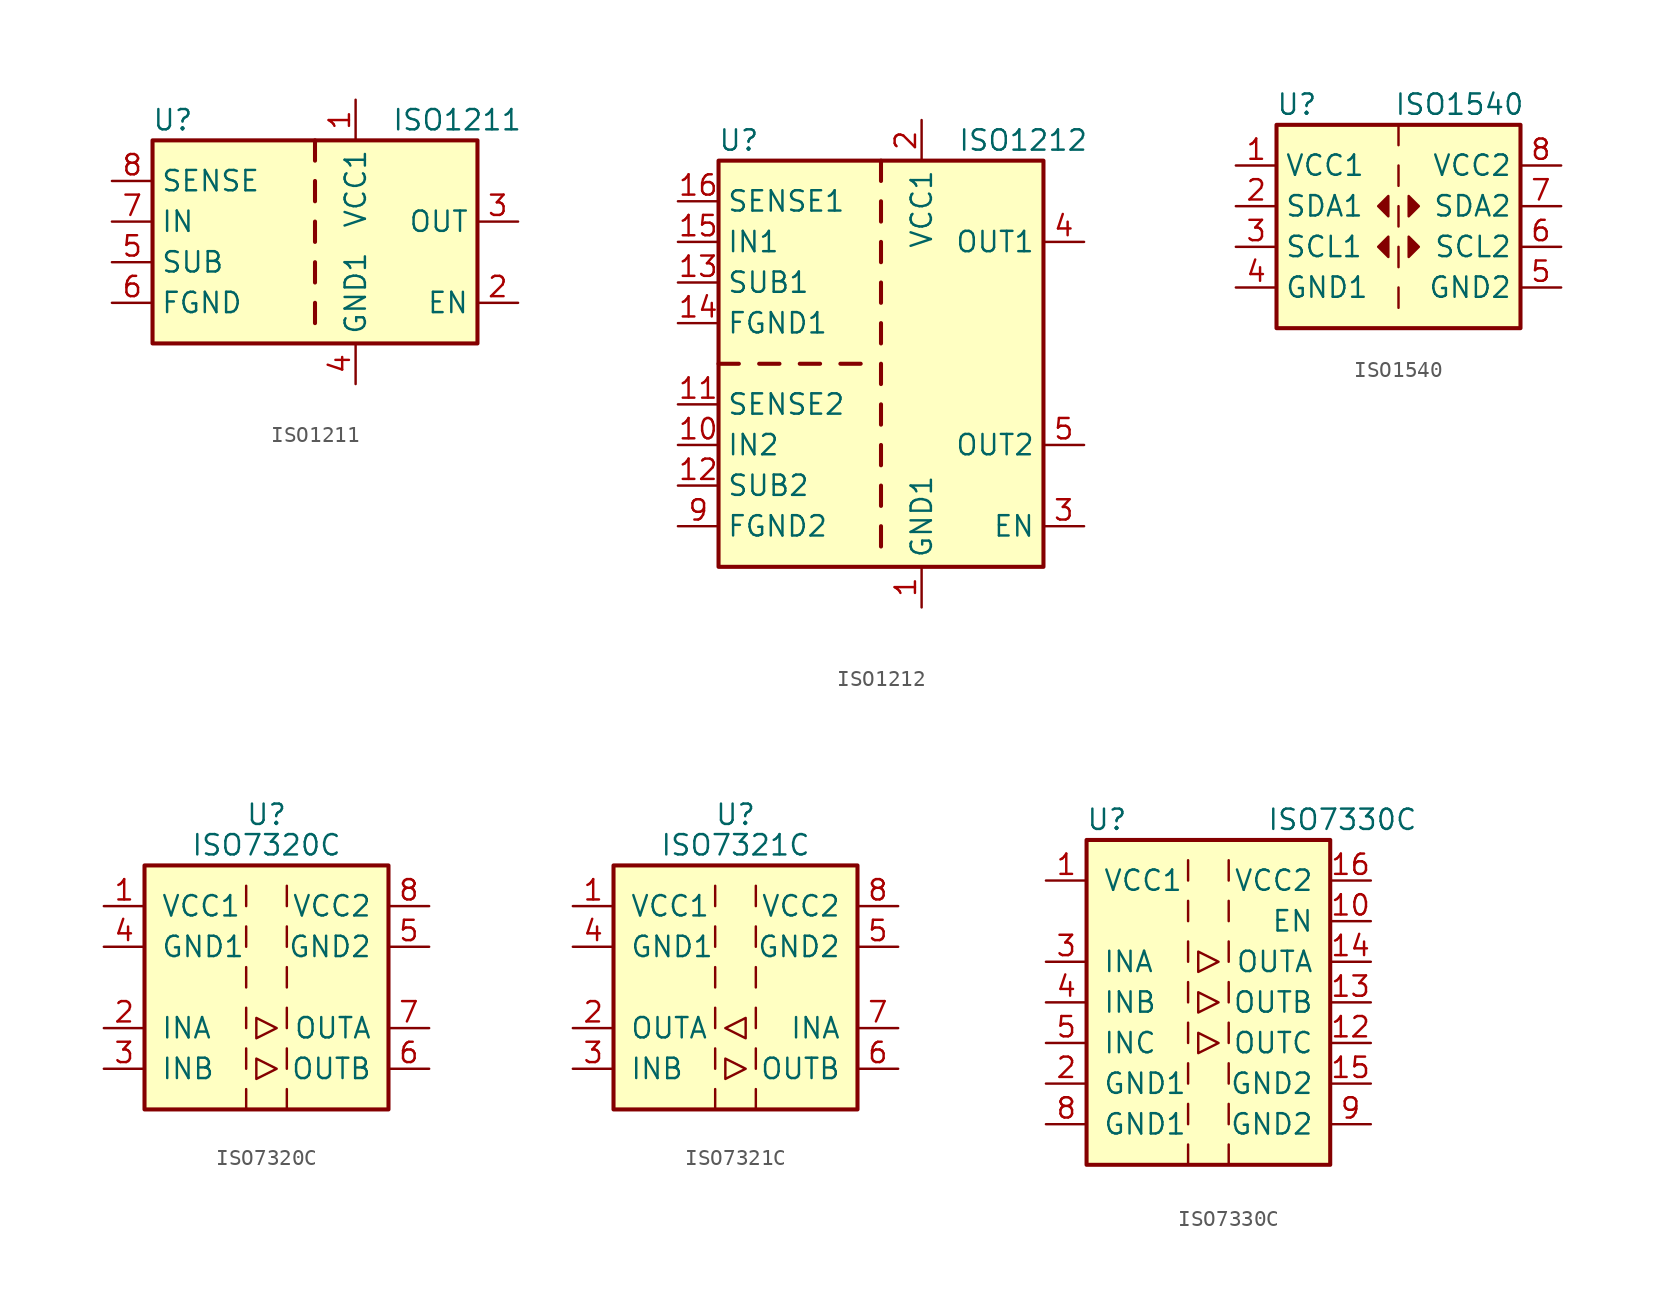
<source format=kicad_sym>
(kicad_symbol_lib
  (version 20201005)
  (generator kicad_symbol_editor)
  (symbol "Isolator_Digital:ISO1211"
    (property "Reference" "U"
      (at -8.89 6.35 0)
      (effects (font (size 1.27 1.27))))
    (property "Value" "ISO1211"
      (at 8.89 6.35 0)
      (effects (font (size 1.27 1.27))))
    (symbol "ISO1211_0_1"
      (rectangle (start -10.16 5.08) (end 10.16 -7.62) (stroke (width 0.254)) (fill (type background)))
      (polyline (pts (xy 0 -6.35) (xy 0 -5.08)) (stroke (width 0.254)) (fill (type none)))
      (polyline (pts (xy 0 -3.81) (xy 0 -2.54)) (stroke (width 0.254)) (fill (type none)))
      (polyline (pts (xy 0 -1.27) (xy 0 0)) (stroke (width 0.254)) (fill (type none)))
      (polyline (pts (xy 0 1.27) (xy 0 2.54)) (stroke (width 0.254)) (fill (type none)))
      (polyline (pts (xy 0 3.81) (xy 0 5.08)) (stroke (width 0.254)) (fill (type none))))
    (symbol "ISO1211_1_1"
      (pin power_in line (at 2.54 7.62 270) (length 2.54) (name "VCC1" (effects (font (size 1.27 1.27)))) (number "1" (effects (font (size 1.27 1.27)))))
      (pin input line (at 12.7 -5.08 180) (length 2.54) (name "EN" (effects (font (size 1.27 1.27)))) (number "2" (effects (font (size 1.27 1.27)))))
      (pin tri_state line (at 12.7 0 180) (length 2.54) (name "OUT" (effects (font (size 1.27 1.27)))) (number "3" (effects (font (size 1.27 1.27)))))
      (pin power_in line (at 2.54 -10.16 90) (length 2.54) (name "GND1" (effects (font (size 1.27 1.27)))) (number "4" (effects (font (size 1.27 1.27)))))
      (pin passive line (at -12.7 -2.54 0) (length 2.54) (name "SUB" (effects (font (size 1.27 1.27)))) (number "5" (effects (font (size 1.27 1.27)))))
      (pin power_in line (at -12.7 -5.08 0) (length 2.54) (name "FGND" (effects (font (size 1.27 1.27)))) (number "6" (effects (font (size 1.27 1.27)))))
      (pin input line (at -12.7 0 0) (length 2.54) (name "IN" (effects (font (size 1.27 1.27)))) (number "7" (effects (font (size 1.27 1.27)))))
      (pin input line (at -12.7 2.54 0) (length 2.54) (name "SENSE" (effects (font (size 1.27 1.27)))) (number "8" (effects (font (size 1.27 1.27)))))))
  (symbol "Isolator_Digital:ISO1212"
    (property "Reference" "U"
      (at -8.89 13.97 0)
      (effects (font (size 1.27 1.27))))
    (property "Value" "ISO1212"
      (at 8.89 13.97 0)
      (effects (font (size 1.27 1.27))))
    (symbol "ISO1212_0_1"
      (rectangle (start -10.16 12.7) (end 10.16 -12.7) (stroke (width 0.254)) (fill (type background)))
      (polyline (pts (xy -8.89 0) (xy -10.16 0)) (stroke (width 0.254)) (fill (type none)))
      (polyline (pts (xy -6.35 0) (xy -7.62 0)) (stroke (width 0.254)) (fill (type none)))
      (polyline (pts (xy -3.81 0) (xy -5.08 0)) (stroke (width 0.254)) (fill (type none)))
      (polyline (pts (xy -1.27 0) (xy -2.54 0)) (stroke (width 0.254)) (fill (type none)))
      (polyline (pts (xy 0 -10.16) (xy 0 -11.43)) (stroke (width 0.254)) (fill (type none)))
      (polyline (pts (xy 0 -7.62) (xy 0 -8.89)) (stroke (width 0.254)) (fill (type none)))
      (polyline (pts (xy 0 -6.35) (xy 0 -5.08)) (stroke (width 0.254)) (fill (type none)))
      (polyline (pts (xy 0 -3.81) (xy 0 -2.54)) (stroke (width 0.254)) (fill (type none)))
      (polyline (pts (xy 0 -1.27) (xy 0 0)) (stroke (width 0.254)) (fill (type none)))
      (polyline (pts (xy 0 1.27) (xy 0 2.54)) (stroke (width 0.254)) (fill (type none)))
      (polyline (pts (xy 0 3.81) (xy 0 5.08)) (stroke (width 0.254)) (fill (type none)))
      (polyline (pts (xy 0 6.35) (xy 0 7.62)) (stroke (width 0.254)) (fill (type none)))
      (polyline (pts (xy 0 8.89) (xy 0 10.16)) (stroke (width 0.254)) (fill (type none)))
      (polyline (pts (xy 0 11.43) (xy 0 12.7)) (stroke (width 0.254)) (fill (type none))))
    (symbol "ISO1212_1_1"
      (pin power_in line (at 2.54 -15.24 90) (length 2.54) (name "GND1" (effects (font (size 1.27 1.27)))) (number "1" (effects (font (size 1.27 1.27)))))
      (pin input line (at -12.7 -5.08 0) (length 2.54) (name "IN2" (effects (font (size 1.27 1.27)))) (number "10" (effects (font (size 1.27 1.27)))))
      (pin input line (at -12.7 -2.54 0) (length 2.54) (name "SENSE2" (effects (font (size 1.27 1.27)))) (number "11" (effects (font (size 1.27 1.27)))))
      (pin passive line (at -12.7 -7.62 0) (length 2.54) (name "SUB2" (effects (font (size 1.27 1.27)))) (number "12" (effects (font (size 1.27 1.27)))))
      (pin passive line (at -12.7 5.08 0) (length 2.54) (name "SUB1" (effects (font (size 1.27 1.27)))) (number "13" (effects (font (size 1.27 1.27)))))
      (pin power_in line (at -12.7 2.54 0) (length 2.54) (name "FGND1" (effects (font (size 1.27 1.27)))) (number "14" (effects (font (size 1.27 1.27)))))
      (pin input line (at -12.7 7.62 0) (length 2.54) (name "IN1" (effects (font (size 1.27 1.27)))) (number "15" (effects (font (size 1.27 1.27)))))
      (pin input line (at -12.7 10.16 0) (length 2.54) (name "SENSE1" (effects (font (size 1.27 1.27)))) (number "16" (effects (font (size 1.27 1.27)))))
      (pin power_in line (at 2.54 15.24 270) (length 2.54) (name "VCC1" (effects (font (size 1.27 1.27)))) (number "2" (effects (font (size 1.27 1.27)))))
      (pin input line (at 12.7 -10.16 180) (length 2.54) (name "EN" (effects (font (size 1.27 1.27)))) (number "3" (effects (font (size 1.27 1.27)))))
      (pin tri_state line (at 12.7 7.62 180) (length 2.54) (name "OUT1" (effects (font (size 1.27 1.27)))) (number "4" (effects (font (size 1.27 1.27)))))
      (pin tri_state line (at 12.7 -5.08 180) (length 2.54) (name "OUT2" (effects (font (size 1.27 1.27)))) (number "5" (effects (font (size 1.27 1.27)))))
      (pin no_connect line (at 10.16 2.54 180) (length 2.54) hide (name "NC" (effects (font (size 1.27 1.27)))) (number "6" (effects (font (size 1.27 1.27)))))
      (pin no_connect line (at 10.16 0 180) (length 2.54) hide (name "NC" (effects (font (size 1.27 1.27)))) (number "7" (effects (font (size 1.27 1.27)))))
      (pin passive line (at 2.54 -15.24 90) (length 2.54) hide (name "GND1" (effects (font (size 1.27 1.27)))) (number "8" (effects (font (size 1.27 1.27)))))
      (pin power_in line (at -12.7 -10.16 0) (length 2.54) (name "FGND2" (effects (font (size 1.27 1.27)))) (number "9" (effects (font (size 1.27 1.27)))))))
  (symbol "Isolator_Digital:ISO1540"
    (property "Reference" "U"
      (at -6.35 6.35 0)
      (effects (font (size 1.27 1.27))))
    (property "Value" "ISO1540"
      (at 3.81 6.35 0)
      (effects (font (size 1.27 1.27))))
    (symbol "ISO1540_0_1"
      (rectangle (start 0 -5.08) (end 0 -6.35) (stroke (width 0)) (fill (type none)))
      (rectangle (start -7.62 5.08) (end 7.62 -7.62) (stroke (width 0.254)) (fill (type background)))
      (polyline (pts (xy 0 -2.54) (xy 0 -3.81)) (stroke (width 0)) (fill (type none)))
      (polyline (pts (xy 0 0) (xy 0 -1.27)) (stroke (width 0)) (fill (type none)))
      (polyline (pts (xy 0 2.54) (xy 0 1.27)) (stroke (width 0)) (fill (type none)))
      (polyline (pts (xy 0 5.08) (xy 0 3.81)) (stroke (width 0)) (fill (type none)))
      (polyline (pts (xy -0.635 0.635) (xy -1.27 0) (xy -0.635 -0.635) (xy -0.635 0.635)) (stroke (width 0)) (fill (type outline)))
      (polyline (pts (xy 0.635 -1.905) (xy 1.27 -2.54) (xy 0.635 -3.175) (xy 0.635 -1.905)) (stroke (width 0)) (fill (type outline)))
      (polyline (pts (xy 0.635 0.635) (xy 1.27 0) (xy 0.635 -0.635) (xy 0.635 0.635)) (stroke (width 0)) (fill (type outline))))
    (symbol "ISO1540_1_1"
      (polyline (pts (xy -0.635 -1.905) (xy -1.27 -2.54) (xy -0.635 -3.175) (xy -0.635 -1.905)) (stroke (width 0)) (fill (type outline)))
      (pin power_in line (at -10.16 2.54 0) (length 2.54) (name "VCC1" (effects (font (size 1.27 1.27)))) (number "1" (effects (font (size 1.27 1.27)))))
      (pin bidirectional line (at -10.16 0 0) (length 2.54) (name "SDA1" (effects (font (size 1.27 1.27)))) (number "2" (effects (font (size 1.27 1.27)))))
      (pin bidirectional line (at -10.16 -2.54 0) (length 2.54) (name "SCL1" (effects (font (size 1.27 1.27)))) (number "3" (effects (font (size 1.27 1.27)))))
      (pin power_in line (at -10.16 -5.08 0) (length 2.54) (name "GND1" (effects (font (size 1.27 1.27)))) (number "4" (effects (font (size 1.27 1.27)))))
      (pin power_in line (at 10.16 -5.08 180) (length 2.54) (name "GND2" (effects (font (size 1.27 1.27)))) (number "5" (effects (font (size 1.27 1.27)))))
      (pin bidirectional line (at 10.16 -2.54 180) (length 2.54) (name "SCL2" (effects (font (size 1.27 1.27)))) (number "6" (effects (font (size 1.27 1.27)))))
      (pin bidirectional line (at 10.16 0 180) (length 2.54) (name "SDA2" (effects (font (size 1.27 1.27)))) (number "7" (effects (font (size 1.27 1.27)))))
      (pin power_in line (at 10.16 2.54 180) (length 2.54) (name "VCC2" (effects (font (size 1.27 1.27)))) (number "8" (effects (font (size 1.27 1.27)))))))
  (symbol "Isolator_Digital:ISO7320C"
    (pin_names
      (offset 1.016))
    (property "Reference" "U"
      (at 0 10.795 0)
      (effects (font (size 1.27 1.27))))
    (property "Value" "ISO7320C"
      (at 0 8.89 0)
      (effects (font (size 1.27 1.27))))
    (symbol "ISO7320C_0_1"
      (rectangle (start -7.62 7.62) (end 7.62 -7.62) (stroke (width 0.254)) (fill (type background)))
      (polyline (pts (xy -1.27 -6.35) (xy -1.27 -7.62)) (stroke (width 0)) (fill (type none)))
      (polyline (pts (xy -1.27 -3.81) (xy -1.27 -5.08)) (stroke (width 0)) (fill (type none)))
      (polyline (pts (xy -1.27 -1.27) (xy -1.27 -2.54)) (stroke (width 0)) (fill (type none)))
      (polyline (pts (xy -1.27 1.27) (xy -1.27 0)) (stroke (width 0)) (fill (type none)))
      (polyline (pts (xy -1.27 3.81) (xy -1.27 2.54)) (stroke (width 0)) (fill (type none)))
      (polyline (pts (xy -1.27 6.35) (xy -1.27 5.08)) (stroke (width 0)) (fill (type none)))
      (polyline (pts (xy 1.27 -6.35) (xy 1.27 -7.62)) (stroke (width 0)) (fill (type none)))
      (polyline (pts (xy 1.27 -3.81) (xy 1.27 -5.08)) (stroke (width 0)) (fill (type none)))
      (polyline (pts (xy 1.27 -1.27) (xy 1.27 -2.54)) (stroke (width 0)) (fill (type none)))
      (polyline (pts (xy 1.27 1.27) (xy 1.27 0)) (stroke (width 0)) (fill (type none)))
      (polyline (pts (xy 1.27 3.81) (xy 1.27 2.54)) (stroke (width 0)) (fill (type none)))
      (polyline (pts (xy 1.27 6.35) (xy 1.27 5.08)) (stroke (width 0)) (fill (type none)))
      (polyline (pts (xy -0.635 -4.445) (xy -0.635 -5.715) (xy 0.635 -5.08) (xy -0.635 -4.445)) (stroke (width 0)) (fill (type none)))
      (polyline (pts (xy -0.635 -1.905) (xy -0.635 -3.175) (xy 0.635 -2.54) (xy -0.635 -1.905)) (stroke (width 0)) (fill (type none))))
    (symbol "ISO7320C_1_1"
      (pin power_in line (at -10.16 5.08 0) (length 2.54) (name "VCC1" (effects (font (size 1.27 1.27)))) (number "1" (effects (font (size 1.27 1.27)))))
      (pin input line (at -10.16 -2.54 0) (length 2.54) (name "INA" (effects (font (size 1.27 1.27)))) (number "2" (effects (font (size 1.27 1.27)))))
      (pin input line (at -10.16 -5.08 0) (length 2.54) (name "INB" (effects (font (size 1.27 1.27)))) (number "3" (effects (font (size 1.27 1.27)))))
      (pin power_in line (at -10.16 2.54 0) (length 2.54) (name "GND1" (effects (font (size 1.27 1.27)))) (number "4" (effects (font (size 1.27 1.27)))))
      (pin power_in line (at 10.16 2.54 180) (length 2.54) (name "GND2" (effects (font (size 1.27 1.27)))) (number "5" (effects (font (size 1.27 1.27)))))
      (pin output line (at 10.16 -5.08 180) (length 2.54) (name "OUTB" (effects (font (size 1.27 1.27)))) (number "6" (effects (font (size 1.27 1.27)))))
      (pin output line (at 10.16 -2.54 180) (length 2.54) (name "OUTA" (effects (font (size 1.27 1.27)))) (number "7" (effects (font (size 1.27 1.27)))))
      (pin power_in line (at 10.16 5.08 180) (length 2.54) (name "VCC2" (effects (font (size 1.27 1.27)))) (number "8" (effects (font (size 1.27 1.27)))))))
  (symbol "Isolator_Digital:ISO7321C"
    (pin_names
      (offset 1.016))
    (property "Reference" "U"
      (at 0 10.795 0)
      (effects (font (size 1.27 1.27))))
    (property "Value" "ISO7321C"
      (at 0 8.89 0)
      (effects (font (size 1.27 1.27))))
    (symbol "ISO7321C_0_1"
      (rectangle (start -7.62 7.62) (end 7.62 -7.62) (stroke (width 0.254)) (fill (type background)))
      (polyline (pts (xy -1.27 -6.35) (xy -1.27 -7.62)) (stroke (width 0)) (fill (type none)))
      (polyline (pts (xy -1.27 -3.81) (xy -1.27 -5.08)) (stroke (width 0)) (fill (type none)))
      (polyline (pts (xy -1.27 -1.27) (xy -1.27 -2.54)) (stroke (width 0)) (fill (type none)))
      (polyline (pts (xy -1.27 1.27) (xy -1.27 0)) (stroke (width 0)) (fill (type none)))
      (polyline (pts (xy -1.27 3.81) (xy -1.27 2.54)) (stroke (width 0)) (fill (type none)))
      (polyline (pts (xy -1.27 6.35) (xy -1.27 5.08)) (stroke (width 0)) (fill (type none)))
      (polyline (pts (xy 1.27 -6.35) (xy 1.27 -7.62)) (stroke (width 0)) (fill (type none)))
      (polyline (pts (xy 1.27 -3.81) (xy 1.27 -5.08)) (stroke (width 0)) (fill (type none)))
      (polyline (pts (xy 1.27 -1.27) (xy 1.27 -2.54)) (stroke (width 0)) (fill (type none)))
      (polyline (pts (xy 1.27 1.27) (xy 1.27 0)) (stroke (width 0)) (fill (type none)))
      (polyline (pts (xy 1.27 3.81) (xy 1.27 2.54)) (stroke (width 0)) (fill (type none)))
      (polyline (pts (xy 1.27 6.35) (xy 1.27 5.08)) (stroke (width 0)) (fill (type none)))
      (polyline (pts (xy -0.635 -4.445) (xy -0.635 -5.715) (xy 0.635 -5.08) (xy -0.635 -4.445)) (stroke (width 0)) (fill (type none)))
      (polyline (pts (xy -0.635 -2.54) (xy 0.635 -1.905) (xy 0.635 -3.175) (xy -0.635 -2.54)) (stroke (width 0)) (fill (type none))))
    (symbol "ISO7321C_1_1"
      (pin power_in line (at -10.16 5.08 0) (length 2.54) (name "VCC1" (effects (font (size 1.27 1.27)))) (number "1" (effects (font (size 1.27 1.27)))))
      (pin output line (at -10.16 -2.54 0) (length 2.54) (name "OUTA" (effects (font (size 1.27 1.27)))) (number "2" (effects (font (size 1.27 1.27)))))
      (pin input line (at -10.16 -5.08 0) (length 2.54) (name "INB" (effects (font (size 1.27 1.27)))) (number "3" (effects (font (size 1.27 1.27)))))
      (pin power_in line (at -10.16 2.54 0) (length 2.54) (name "GND1" (effects (font (size 1.27 1.27)))) (number "4" (effects (font (size 1.27 1.27)))))
      (pin power_in line (at 10.16 2.54 180) (length 2.54) (name "GND2" (effects (font (size 1.27 1.27)))) (number "5" (effects (font (size 1.27 1.27)))))
      (pin output line (at 10.16 -5.08 180) (length 2.54) (name "OUTB" (effects (font (size 1.27 1.27)))) (number "6" (effects (font (size 1.27 1.27)))))
      (pin input line (at 10.16 -2.54 180) (length 2.54) (name "INA" (effects (font (size 1.27 1.27)))) (number "7" (effects (font (size 1.27 1.27)))))
      (pin power_in line (at 10.16 5.08 180) (length 2.54) (name "VCC2" (effects (font (size 1.27 1.27)))) (number "8" (effects (font (size 1.27 1.27)))))))
  (symbol "Isolator_Digital:ISO7330C"
    (pin_names
      (offset 1.016))
    (property "Reference" "U"
      (at -6.35 11.43 0)
      (effects (font (size 1.27 1.27))))
    (property "Value" "ISO7330C"
      (at 8.382 11.43 0)
      (effects (font (size 1.27 1.27))))
    (symbol "ISO7330C_0_1"
      (rectangle (start -7.62 10.16) (end 7.62 -10.16) (stroke (width 0.254)) (fill (type background)))
      (polyline (pts (xy -1.27 -8.89) (xy -1.27 -10.16)) (stroke (width 0)) (fill (type none)))
      (polyline (pts (xy -1.27 -6.35) (xy -1.27 -7.62)) (stroke (width 0)) (fill (type none)))
      (polyline (pts (xy -1.27 -3.81) (xy -1.27 -5.08)) (stroke (width 0)) (fill (type none)))
      (polyline (pts (xy -1.27 -1.27) (xy -1.27 -2.54)) (stroke (width 0)) (fill (type none)))
      (polyline (pts (xy -1.27 1.27) (xy -1.27 0)) (stroke (width 0)) (fill (type none)))
      (polyline (pts (xy -1.27 3.81) (xy -1.27 2.54)) (stroke (width 0)) (fill (type none)))
      (polyline (pts (xy -1.27 6.35) (xy -1.27 5.08)) (stroke (width 0)) (fill (type none)))
      (polyline (pts (xy -1.27 8.89) (xy -1.27 7.62)) (stroke (width 0)) (fill (type none)))
      (polyline (pts (xy 1.27 -8.89) (xy 1.27 -10.16)) (stroke (width 0)) (fill (type none)))
      (polyline (pts (xy 1.27 -6.35) (xy 1.27 -7.62)) (stroke (width 0)) (fill (type none)))
      (polyline (pts (xy 1.27 -3.81) (xy 1.27 -5.08)) (stroke (width 0)) (fill (type none)))
      (polyline (pts (xy 1.27 -1.27) (xy 1.27 -2.54)) (stroke (width 0)) (fill (type none)))
      (polyline (pts (xy 1.27 1.27) (xy 1.27 0)) (stroke (width 0)) (fill (type none)))
      (polyline (pts (xy 1.27 3.81) (xy 1.27 2.54)) (stroke (width 0)) (fill (type none)))
      (polyline (pts (xy 1.27 6.35) (xy 1.27 5.08)) (stroke (width 0)) (fill (type none)))
      (polyline (pts (xy 1.27 8.89) (xy 1.27 7.62)) (stroke (width 0)) (fill (type none)))
      (polyline (pts (xy -0.635 -1.905) (xy -0.635 -3.175) (xy 0.635 -2.54) (xy -0.635 -1.905)) (stroke (width 0)) (fill (type none)))
      (polyline (pts (xy -0.635 0.635) (xy -0.635 -0.635) (xy 0.635 0) (xy -0.635 0.635)) (stroke (width 0)) (fill (type none)))
      (polyline (pts (xy -0.635 3.175) (xy -0.635 1.905) (xy 0.635 2.54) (xy -0.635 3.175)) (stroke (width 0)) (fill (type none))))
    (symbol "ISO7330C_1_1"
      (pin power_in line (at -10.16 7.62 0) (length 2.54) (name "VCC1" (effects (font (size 1.27 1.27)))) (number "1" (effects (font (size 1.27 1.27)))))
      (pin input line (at 10.16 5.08 180) (length 2.54) (name "EN" (effects (font (size 1.27 1.27)))) (number "10" (effects (font (size 1.27 1.27)))))
      (pin no_connect line (at -7.62 5.08 0) (length 2.54) hide (name "NC" (effects (font (size 1.27 1.27)))) (number "11" (effects (font (size 1.27 1.27)))))
      (pin output line (at 10.16 -2.54 180) (length 2.54) (name "OUTC" (effects (font (size 1.27 1.27)))) (number "12" (effects (font (size 1.27 1.27)))))
      (pin output line (at 10.16 0 180) (length 2.54) (name "OUTB" (effects (font (size 1.27 1.27)))) (number "13" (effects (font (size 1.27 1.27)))))
      (pin output line (at 10.16 2.54 180) (length 2.54) (name "OUTA" (effects (font (size 1.27 1.27)))) (number "14" (effects (font (size 1.27 1.27)))))
      (pin power_in line (at 10.16 -5.08 180) (length 2.54) (name "GND2" (effects (font (size 1.27 1.27)))) (number "15" (effects (font (size 1.27 1.27)))))
      (pin power_in line (at 10.16 7.62 180) (length 2.54) (name "VCC2" (effects (font (size 1.27 1.27)))) (number "16" (effects (font (size 1.27 1.27)))))
      (pin power_in line (at -10.16 -5.08 0) (length 2.54) (name "GND1" (effects (font (size 1.27 1.27)))) (number "2" (effects (font (size 1.27 1.27)))))
      (pin input line (at -10.16 2.54 0) (length 2.54) (name "INA" (effects (font (size 1.27 1.27)))) (number "3" (effects (font (size 1.27 1.27)))))
      (pin input line (at -10.16 0 0) (length 2.54) (name "INB" (effects (font (size 1.27 1.27)))) (number "4" (effects (font (size 1.27 1.27)))))
      (pin input line (at -10.16 -2.54 0) (length 2.54) (name "INC" (effects (font (size 1.27 1.27)))) (number "5" (effects (font (size 1.27 1.27)))))
      (pin no_connect line (at 0 -10.16 90) (length 2.54) hide (name "NC" (effects (font (size 1.27 1.27)))) (number "6" (effects (font (size 1.27 1.27)))))
      (pin no_connect line (at 0 10.16 270) (length 2.54) hide (name "NC" (effects (font (size 1.27 1.27)))) (number "7" (effects (font (size 1.27 1.27)))))
      (pin power_in line (at -10.16 -7.62 0) (length 2.54) (name "GND1" (effects (font (size 1.27 1.27)))) (number "8" (effects (font (size 1.27 1.27)))))
      (pin power_in line (at 10.16 -7.62 180) (length 2.54) (name "GND2" (effects (font (size 1.27 1.27)))) (number "9" (effects (font (size 1.27 1.27))))))))
</source>
